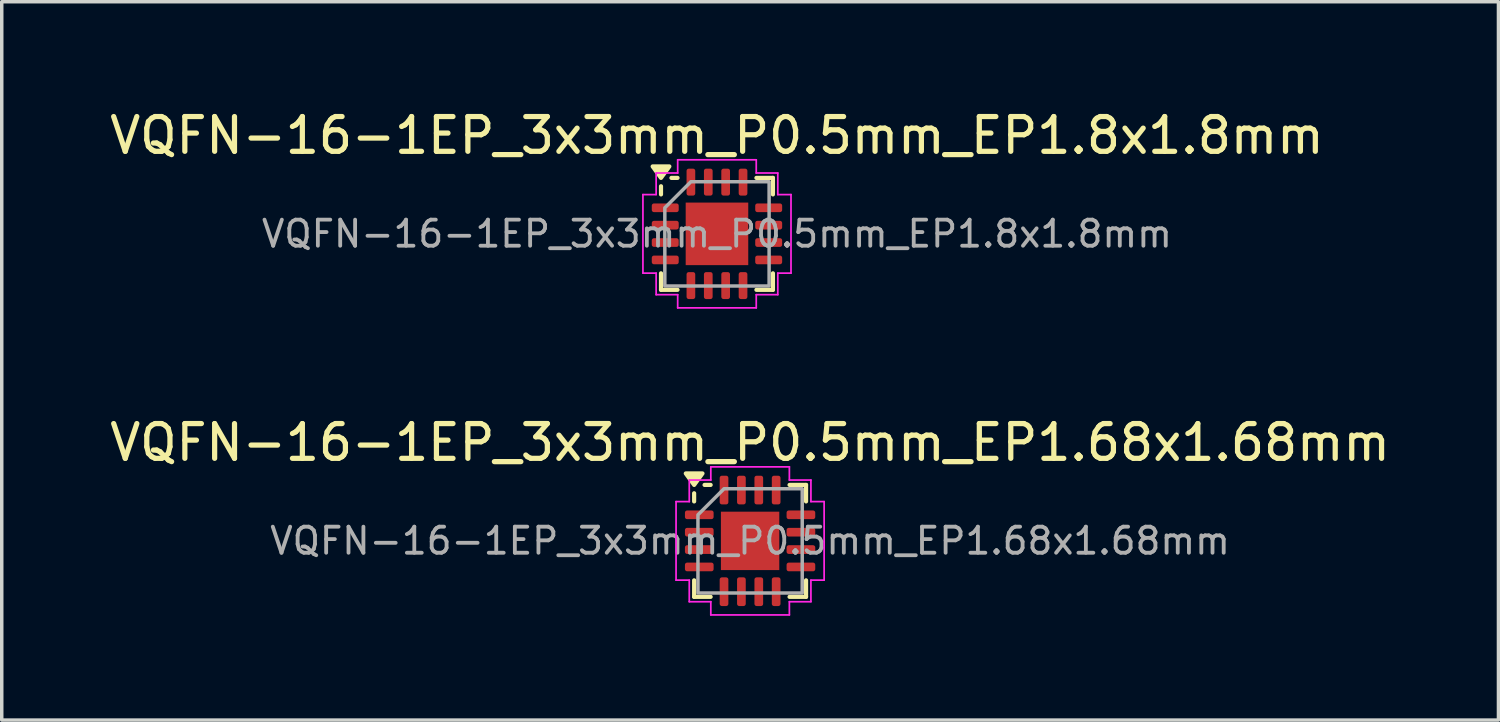
<source format=kicad_pcb>
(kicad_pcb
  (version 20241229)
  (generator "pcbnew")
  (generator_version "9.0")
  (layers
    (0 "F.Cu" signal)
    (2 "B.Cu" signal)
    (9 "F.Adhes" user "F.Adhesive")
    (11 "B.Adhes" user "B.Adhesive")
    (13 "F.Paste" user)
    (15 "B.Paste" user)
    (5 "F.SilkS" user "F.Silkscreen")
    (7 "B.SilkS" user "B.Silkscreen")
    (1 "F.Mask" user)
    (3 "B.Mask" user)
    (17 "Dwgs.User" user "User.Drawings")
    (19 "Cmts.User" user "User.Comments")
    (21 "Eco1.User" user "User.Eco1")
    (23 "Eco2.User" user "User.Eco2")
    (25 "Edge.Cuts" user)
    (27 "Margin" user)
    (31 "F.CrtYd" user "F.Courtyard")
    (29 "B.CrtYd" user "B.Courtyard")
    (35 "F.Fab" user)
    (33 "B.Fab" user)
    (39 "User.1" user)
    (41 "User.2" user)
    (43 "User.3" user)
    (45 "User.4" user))
  (footprint "VQFN-16-1EP_3x3mm_P0.5mm_EP1.8x1.8mm"
    (layer "F.Cu")
    (at 17.577 3.678)
    (property "Reference" "VQFN-16-1EP_3x3mm_P0.5mm_EP1.8x1.8mm" (at 0 -2.83 0) (layer "F.SilkS") (effects (font (size 1 1) (thickness 0.15))))
    (attr smd)
    (fp_line (start -1.61 -1.135) (end -1.61 -1.37) (stroke (width 0.12) (type solid)) (layer "F.SilkS"))
    (fp_line (start -1.61 1.61) (end -1.61 1.135) (stroke (width 0.12) (type solid)) (layer "F.SilkS"))
    (fp_line (start -1.135 -1.61) (end -1.31 -1.61) (stroke (width 0.12) (type solid)) (layer "F.SilkS"))
    (fp_line (start -1.135 1.61) (end -1.61 1.61) (stroke (width 0.12) (type solid)) (layer "F.SilkS"))
    (fp_line (start 1.135 -1.61) (end 1.61 -1.61) (stroke (width 0.12) (type solid)) (layer "F.SilkS"))
    (fp_line (start 1.135 1.61) (end 1.61 1.61) (stroke (width 0.12) (type solid)) (layer "F.SilkS"))
    (fp_line (start 1.61 -1.61) (end 1.61 -1.135) (stroke (width 0.12) (type solid)) (layer "F.SilkS"))
    (fp_line (start 1.61 1.61) (end 1.61 1.135) (stroke (width 0.12) (type solid)) (layer "F.SilkS"))
    (fp_poly (pts (xy -1.61 -1.61) (xy -1.85 -1.94) (xy -1.37 -1.94)) (stroke (width 0.12) (type solid)) (fill yes) (layer "F.SilkS"))
    (fp_line (start -2.13 -1.13) (end -1.75 -1.13) (stroke (width 0.05) (type solid)) (layer "F.CrtYd"))
    (fp_line (start -2.13 1.13) (end -2.13 -1.13) (stroke (width 0.05) (type solid)) (layer "F.CrtYd"))
    (fp_line (start -1.75 -1.75) (end -1.13 -1.75) (stroke (width 0.05) (type solid)) (layer "F.CrtYd"))
    (fp_line (start -1.75 -1.13) (end -1.75 -1.75) (stroke (width 0.05) (type solid)) (layer "F.CrtYd"))
    (fp_line (start -1.75 1.13) (end -2.13 1.13) (stroke (width 0.05) (type solid)) (layer "F.CrtYd"))
    (fp_line (start -1.75 1.75) (end -1.75 1.13) (stroke (width 0.05) (type solid)) (layer "F.CrtYd"))
    (fp_line (start -1.13 -2.13) (end 1.13 -2.13) (stroke (width 0.05) (type solid)) (layer "F.CrtYd"))
    (fp_line (start -1.13 -1.75) (end -1.13 -2.13) (stroke (width 0.05) (type solid)) (layer "F.CrtYd"))
    (fp_line (start -1.13 1.75) (end -1.75 1.75) (stroke (width 0.05) (type solid)) (layer "F.CrtYd"))
    (fp_line (start -1.13 2.13) (end -1.13 1.75) (stroke (width 0.05) (type solid)) (layer "F.CrtYd"))
    (fp_line (start 1.13 -2.13) (end 1.13 -1.75) (stroke (width 0.05) (type solid)) (layer "F.CrtYd"))
    (fp_line (start 1.13 -1.75) (end 1.75 -1.75) (stroke (width 0.05) (type solid)) (layer "F.CrtYd"))
    (fp_line (start 1.13 1.75) (end 1.13 2.13) (stroke (width 0.05) (type solid)) (layer "F.CrtYd"))
    (fp_line (start 1.13 2.13) (end -1.13 2.13) (stroke (width 0.05) (type solid)) (layer "F.CrtYd"))
    (fp_line (start 1.75 -1.75) (end 1.75 -1.13) (stroke (width 0.05) (type solid)) (layer "F.CrtYd"))
    (fp_line (start 1.75 -1.13) (end 2.13 -1.13) (stroke (width 0.05) (type solid)) (layer "F.CrtYd"))
    (fp_line (start 1.75 1.13) (end 1.75 1.75) (stroke (width 0.05) (type solid)) (layer "F.CrtYd"))
    (fp_line (start 1.75 1.75) (end 1.13 1.75) (stroke (width 0.05) (type solid)) (layer "F.CrtYd"))
    (fp_line (start 2.13 -1.13) (end 2.13 1.13) (stroke (width 0.05) (type solid)) (layer "F.CrtYd"))
    (fp_line (start 2.13 1.13) (end 1.75 1.13) (stroke (width 0.05) (type solid)) (layer "F.CrtYd"))
    (fp_poly (pts (xy -1.5 -0.75) (xy -1.5 1.5) (xy 1.5 1.5) (xy 1.5 -1.5) (xy -0.75 -1.5)) (stroke (width 0.1) (type solid)) (fill no) (layer "F.Fab"))
    (fp_text user "${REFERENCE}" (at 0 0 0) (layer "F.Fab") (effects (font (size 0.75 0.75) (thickness 0.11))))
    (pad "" smd roundrect (at -0.45 -0.45) (size 0.73 0.73) (layers "F.Paste") (roundrect_rratio 0.25))
    (pad "" smd roundrect (at -0.45 0.45) (size 0.73 0.73) (layers "F.Paste") (roundrect_rratio 0.25))
    (pad "" smd roundrect (at 0.45 -0.45) (size 0.73 0.73) (layers "F.Paste") (roundrect_rratio 0.25))
    (pad "" smd roundrect (at 0.45 0.45) (size 0.73 0.73) (layers "F.Paste") (roundrect_rratio 0.25))
    (pad "1" smd roundrect (at -1.488 -0.75) (size 0.775 0.25) (layers "F.Cu" "F.Mask" "F.Paste") (roundrect_rratio 0.25))
    (pad "2" smd roundrect (at -1.488 -0.25) (size 0.775 0.25) (layers "F.Cu" "F.Mask" "F.Paste") (roundrect_rratio 0.25))
    (pad "3" smd roundrect (at -1.488 0.25) (size 0.775 0.25) (layers "F.Cu" "F.Mask" "F.Paste") (roundrect_rratio 0.25))
    (pad "4" smd roundrect (at -1.488 0.75) (size 0.775 0.25) (layers "F.Cu" "F.Mask" "F.Paste") (roundrect_rratio 0.25))
    (pad "5" smd roundrect (at -0.75 1.488) (size 0.25 0.775) (layers "F.Cu" "F.Mask" "F.Paste") (roundrect_rratio 0.25))
    (pad "6" smd roundrect (at -0.25 1.488) (size 0.25 0.775) (layers "F.Cu" "F.Mask" "F.Paste") (roundrect_rratio 0.25))
    (pad "7" smd roundrect (at 0.25 1.488) (size 0.25 0.775) (layers "F.Cu" "F.Mask" "F.Paste") (roundrect_rratio 0.25))
    (pad "8" smd roundrect (at 0.75 1.488) (size 0.25 0.775) (layers "F.Cu" "F.Mask" "F.Paste") (roundrect_rratio 0.25))
    (pad "9" smd roundrect (at 1.488 0.75) (size 0.775 0.25) (layers "F.Cu" "F.Mask" "F.Paste") (roundrect_rratio 0.25))
    (pad "10" smd roundrect (at 1.488 0.25) (size 0.775 0.25) (layers "F.Cu" "F.Mask" "F.Paste") (roundrect_rratio 0.25))
    (pad "11" smd roundrect (at 1.488 -0.25) (size 0.775 0.25) (layers "F.Cu" "F.Mask" "F.Paste") (roundrect_rratio 0.25))
    (pad "12" smd roundrect (at 1.488 -0.75) (size 0.775 0.25) (layers "F.Cu" "F.Mask" "F.Paste") (roundrect_rratio 0.25))
    (pad "13" smd roundrect (at 0.75 -1.488) (size 0.25 0.775) (layers "F.Cu" "F.Mask" "F.Paste") (roundrect_rratio 0.25))
    (pad "14" smd roundrect (at 0.25 -1.488) (size 0.25 0.775) (layers "F.Cu" "F.Mask" "F.Paste") (roundrect_rratio 0.25))
    (pad "15" smd roundrect (at -0.25 -1.488) (size 0.25 0.775) (layers "F.Cu" "F.Mask" "F.Paste") (roundrect_rratio 0.25))
    (pad "16" smd roundrect (at -0.75 -1.488) (size 0.25 0.775) (layers "F.Cu" "F.Mask" "F.Paste") (roundrect_rratio 0.25))
    (pad "17" smd rect (at 0 0) (size 1.8 1.8) (property pad_prop_heatsink) (layers "F.Cu" "F.Mask")))
  (footprint "VQFN-16-1EP_3x3mm_P0.5mm_EP1.68x1.68mm"
    (layer "F.Cu")
    (at 18.53 12.511)
    (property "Reference" "VQFN-16-1EP_3x3mm_P0.5mm_EP1.68x1.68mm" (at 0 -2.83 0) (layer "F.SilkS") (effects (font (size 1 1) (thickness 0.15))))
    (attr smd)
    (fp_line (start -1.61 -1.135) (end -1.61 -1.37) (stroke (width 0.12) (type solid)) (layer "F.SilkS"))
    (fp_line (start -1.61 1.61) (end -1.61 1.135) (stroke (width 0.12) (type solid)) (layer "F.SilkS"))
    (fp_line (start -1.135 -1.61) (end -1.31 -1.61) (stroke (width 0.12) (type solid)) (layer "F.SilkS"))
    (fp_line (start -1.135 1.61) (end -1.61 1.61) (stroke (width 0.12) (type solid)) (layer "F.SilkS"))
    (fp_line (start 1.135 -1.61) (end 1.61 -1.61) (stroke (width 0.12) (type solid)) (layer "F.SilkS"))
    (fp_line (start 1.135 1.61) (end 1.61 1.61) (stroke (width 0.12) (type solid)) (layer "F.SilkS"))
    (fp_line (start 1.61 -1.61) (end 1.61 -1.135) (stroke (width 0.12) (type solid)) (layer "F.SilkS"))
    (fp_line (start 1.61 1.61) (end 1.61 1.135) (stroke (width 0.12) (type solid)) (layer "F.SilkS"))
    (fp_poly (pts (xy -1.61 -1.61) (xy -1.85 -1.94) (xy -1.37 -1.94)) (stroke (width 0.12) (type solid)) (fill yes) (layer "F.SilkS"))
    (fp_line (start -2.13 -1.13) (end -1.75 -1.13) (stroke (width 0.05) (type solid)) (layer "F.CrtYd"))
    (fp_line (start -2.13 1.13) (end -2.13 -1.13) (stroke (width 0.05) (type solid)) (layer "F.CrtYd"))
    (fp_line (start -1.75 -1.75) (end -1.13 -1.75) (stroke (width 0.05) (type solid)) (layer "F.CrtYd"))
    (fp_line (start -1.75 -1.13) (end -1.75 -1.75) (stroke (width 0.05) (type solid)) (layer "F.CrtYd"))
    (fp_line (start -1.75 1.13) (end -2.13 1.13) (stroke (width 0.05) (type solid)) (layer "F.CrtYd"))
    (fp_line (start -1.75 1.75) (end -1.75 1.13) (stroke (width 0.05) (type solid)) (layer "F.CrtYd"))
    (fp_line (start -1.13 -2.13) (end 1.13 -2.13) (stroke (width 0.05) (type solid)) (layer "F.CrtYd"))
    (fp_line (start -1.13 -1.75) (end -1.13 -2.13) (stroke (width 0.05) (type solid)) (layer "F.CrtYd"))
    (fp_line (start -1.13 1.75) (end -1.75 1.75) (stroke (width 0.05) (type solid)) (layer "F.CrtYd"))
    (fp_line (start -1.13 2.13) (end -1.13 1.75) (stroke (width 0.05) (type solid)) (layer "F.CrtYd"))
    (fp_line (start 1.13 -2.13) (end 1.13 -1.75) (stroke (width 0.05) (type solid)) (layer "F.CrtYd"))
    (fp_line (start 1.13 -1.75) (end 1.75 -1.75) (stroke (width 0.05) (type solid)) (layer "F.CrtYd"))
    (fp_line (start 1.13 1.75) (end 1.13 2.13) (stroke (width 0.05) (type solid)) (layer "F.CrtYd"))
    (fp_line (start 1.13 2.13) (end -1.13 2.13) (stroke (width 0.05) (type solid)) (layer "F.CrtYd"))
    (fp_line (start 1.75 -1.75) (end 1.75 -1.13) (stroke (width 0.05) (type solid)) (layer "F.CrtYd"))
    (fp_line (start 1.75 -1.13) (end 2.13 -1.13) (stroke (width 0.05) (type solid)) (layer "F.CrtYd"))
    (fp_line (start 1.75 1.13) (end 1.75 1.75) (stroke (width 0.05) (type solid)) (layer "F.CrtYd"))
    (fp_line (start 1.75 1.75) (end 1.13 1.75) (stroke (width 0.05) (type solid)) (layer "F.CrtYd"))
    (fp_line (start 2.13 -1.13) (end 2.13 1.13) (stroke (width 0.05) (type solid)) (layer "F.CrtYd"))
    (fp_line (start 2.13 1.13) (end 1.75 1.13) (stroke (width 0.05) (type solid)) (layer "F.CrtYd"))
    (fp_poly (pts (xy -1.5 -0.75) (xy -1.5 1.5) (xy 1.5 1.5) (xy 1.5 -1.5) (xy -0.75 -1.5)) (stroke (width 0.1) (type solid)) (fill no) (layer "F.Fab"))
    (fp_text user "${REFERENCE}" (at 0 0 0) (layer "F.Fab") (effects (font (size 0.75 0.75) (thickness 0.11))))
    (pad "" smd roundrect (at -0.42 -0.42) (size 0.68 0.68) (layers "F.Paste") (roundrect_rratio 0.25))
    (pad "" smd roundrect (at -0.42 0.42) (size 0.68 0.68) (layers "F.Paste") (roundrect_rratio 0.25))
    (pad "" smd roundrect (at 0.42 -0.42) (size 0.68 0.68) (layers "F.Paste") (roundrect_rratio 0.25))
    (pad "" smd roundrect (at 0.42 0.42) (size 0.68 0.68) (layers "F.Paste") (roundrect_rratio 0.25))
    (pad "1" smd roundrect (at -1.462 -0.75) (size 0.825 0.25) (layers "F.Cu" "F.Mask" "F.Paste") (roundrect_rratio 0.25))
    (pad "2" smd roundrect (at -1.462 -0.25) (size 0.825 0.25) (layers "F.Cu" "F.Mask" "F.Paste") (roundrect_rratio 0.25))
    (pad "3" smd roundrect (at -1.462 0.25) (size 0.825 0.25) (layers "F.Cu" "F.Mask" "F.Paste") (roundrect_rratio 0.25))
    (pad "4" smd roundrect (at -1.462 0.75) (size 0.825 0.25) (layers "F.Cu" "F.Mask" "F.Paste") (roundrect_rratio 0.25))
    (pad "5" smd roundrect (at -0.75 1.462) (size 0.25 0.825) (layers "F.Cu" "F.Mask" "F.Paste") (roundrect_rratio 0.25))
    (pad "6" smd roundrect (at -0.25 1.462) (size 0.25 0.825) (layers "F.Cu" "F.Mask" "F.Paste") (roundrect_rratio 0.25))
    (pad "7" smd roundrect (at 0.25 1.462) (size 0.25 0.825) (layers "F.Cu" "F.Mask" "F.Paste") (roundrect_rratio 0.25))
    (pad "8" smd roundrect (at 0.75 1.462) (size 0.25 0.825) (layers "F.Cu" "F.Mask" "F.Paste") (roundrect_rratio 0.25))
    (pad "9" smd roundrect (at 1.462 0.75) (size 0.825 0.25) (layers "F.Cu" "F.Mask" "F.Paste") (roundrect_rratio 0.25))
    (pad "10" smd roundrect (at 1.462 0.25) (size 0.825 0.25) (layers "F.Cu" "F.Mask" "F.Paste") (roundrect_rratio 0.25))
    (pad "11" smd roundrect (at 1.462 -0.25) (size 0.825 0.25) (layers "F.Cu" "F.Mask" "F.Paste") (roundrect_rratio 0.25))
    (pad "12" smd roundrect (at 1.462 -0.75) (size 0.825 0.25) (layers "F.Cu" "F.Mask" "F.Paste") (roundrect_rratio 0.25))
    (pad "13" smd roundrect (at 0.75 -1.462) (size 0.25 0.825) (layers "F.Cu" "F.Mask" "F.Paste") (roundrect_rratio 0.25))
    (pad "14" smd roundrect (at 0.25 -1.462) (size 0.25 0.825) (layers "F.Cu" "F.Mask" "F.Paste") (roundrect_rratio 0.25))
    (pad "15" smd roundrect (at -0.25 -1.462) (size 0.25 0.825) (layers "F.Cu" "F.Mask" "F.Paste") (roundrect_rratio 0.25))
    (pad "16" smd roundrect (at -0.75 -1.462) (size 0.25 0.825) (layers "F.Cu" "F.Mask" "F.Paste") (roundrect_rratio 0.25))
    (pad "17" smd rect (at 0 0) (size 1.68 1.68) (property pad_prop_heatsink) (layers "F.Cu" "F.Mask")))
  (gr_rect
    (start -3 -3)
    (end 40.06 17.666)
    (stroke (width 0.1) (type default))
    (fill no)
    (layer "Edge.Cuts")))
</source>
